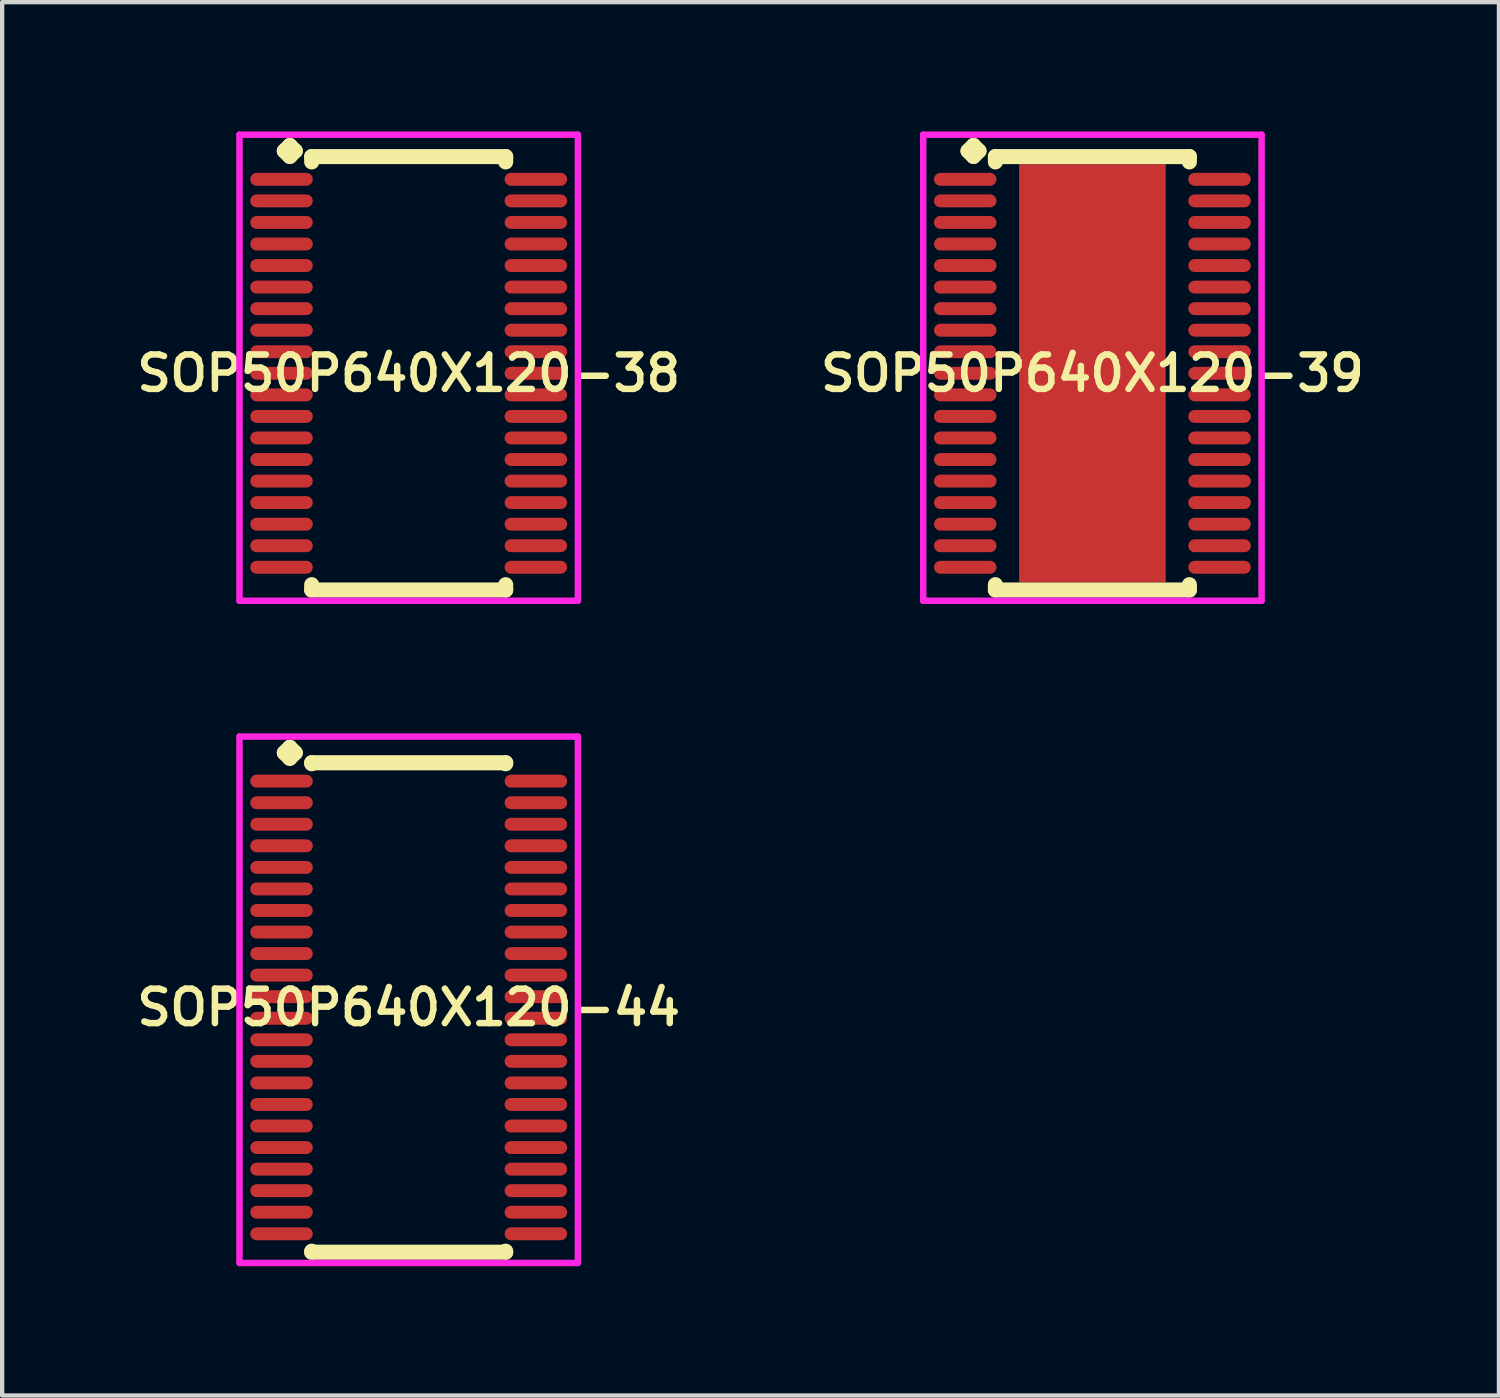
<source format=kicad_pcb>
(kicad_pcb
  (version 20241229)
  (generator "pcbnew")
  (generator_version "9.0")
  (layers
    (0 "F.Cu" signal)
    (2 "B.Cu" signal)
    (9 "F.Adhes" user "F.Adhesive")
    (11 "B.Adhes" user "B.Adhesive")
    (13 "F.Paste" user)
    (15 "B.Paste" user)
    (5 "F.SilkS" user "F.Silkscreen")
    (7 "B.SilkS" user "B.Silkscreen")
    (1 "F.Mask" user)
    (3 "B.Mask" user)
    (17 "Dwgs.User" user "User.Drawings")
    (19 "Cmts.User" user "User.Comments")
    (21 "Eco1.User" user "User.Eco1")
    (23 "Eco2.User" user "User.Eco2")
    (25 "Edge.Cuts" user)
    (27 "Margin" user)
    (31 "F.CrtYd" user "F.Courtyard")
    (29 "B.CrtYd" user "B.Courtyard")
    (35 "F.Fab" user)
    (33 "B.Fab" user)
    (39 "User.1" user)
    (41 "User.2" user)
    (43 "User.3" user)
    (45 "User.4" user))
  (footprint "SOP50P640X120-38"
    (layer "F.Cu")
    (at 6.431 5.61)
    (property "Reference" "SOP50P640X120-38" (at 0 0 0) (layer "F.SilkS") (effects (font (size 0.8 0.8) (thickness 0.15))))
    (attr smd)
    (fp_line (start -2.885 -5.158) (end -2.758 -5.285) (stroke (width 0.35) (type solid)) (layer "F.SilkS"))
    (fp_line (start -2.758 -5.285) (end -2.631 -5.158) (stroke (width 0.35) (type solid)) (layer "F.SilkS"))
    (fp_line (start -2.758 -5.031) (end -2.885 -5.158) (stroke (width 0.35) (type solid)) (layer "F.SilkS"))
    (fp_line (start -2.631 -5.158) (end -2.758 -5.031) (stroke (width 0.35) (type solid)) (layer "F.SilkS"))
    (fp_line (start -2.25 -5.027) (end 2.25 -5.027) (stroke (width 0.35) (type solid)) (layer "F.SilkS"))
    (fp_line (start -2.25 -4.904) (end -2.25 -5.027) (stroke (width 0.35) (type solid)) (layer "F.SilkS"))
    (fp_line (start -2.25 4.904) (end -2.25 5.027) (stroke (width 0.35) (type solid)) (layer "F.SilkS"))
    (fp_line (start -2.25 5.027) (end 2.25 5.027) (stroke (width 0.35) (type solid)) (layer "F.SilkS"))
    (fp_line (start 2.25 -5.027) (end 2.25 -4.904) (stroke (width 0.35) (type solid)) (layer "F.SilkS"))
    (fp_line (start 2.25 5.027) (end 2.25 4.904) (stroke (width 0.35) (type solid)) (layer "F.SilkS"))
    (fp_line (start -3.925 -5.535) (end 3.925 -5.535) (stroke (width 0.15) (type solid)) (layer "F.CrtYd"))
    (fp_line (start -3.925 5.277) (end -3.925 -5.535) (stroke (width 0.15) (type solid)) (layer "F.CrtYd"))
    (fp_line (start 3.925 -5.535) (end 3.925 5.277) (stroke (width 0.15) (type solid)) (layer "F.CrtYd"))
    (fp_line (start 3.925 5.277) (end -3.925 5.277) (stroke (width 0.15) (type solid)) (layer "F.CrtYd"))
    (pad "1" smd oval (at -2.95 -4.5) (size 1.45 0.3) (layers "F.Cu" "F.Mask" "F.Paste"))
    (pad "2" smd oval (at -2.95 -4) (size 1.45 0.3) (layers "F.Cu" "F.Mask" "F.Paste"))
    (pad "3" smd oval (at -2.95 -3.5) (size 1.45 0.3) (layers "F.Cu" "F.Mask" "F.Paste"))
    (pad "4" smd oval (at -2.95 -3) (size 1.45 0.3) (layers "F.Cu" "F.Mask" "F.Paste"))
    (pad "5" smd oval (at -2.95 -2.5) (size 1.45 0.3) (layers "F.Cu" "F.Mask" "F.Paste"))
    (pad "6" smd oval (at -2.95 -2) (size 1.45 0.3) (layers "F.Cu" "F.Mask" "F.Paste"))
    (pad "7" smd oval (at -2.95 -1.5) (size 1.45 0.3) (layers "F.Cu" "F.Mask" "F.Paste"))
    (pad "8" smd oval (at -2.95 -1) (size 1.45 0.3) (layers "F.Cu" "F.Mask" "F.Paste"))
    (pad "9" smd oval (at -2.95 -0.5) (size 1.45 0.3) (layers "F.Cu" "F.Mask" "F.Paste"))
    (pad "10" smd oval (at -2.95 0) (size 1.45 0.3) (layers "F.Cu" "F.Mask" "F.Paste"))
    (pad "11" smd oval (at -2.95 0.5) (size 1.45 0.3) (layers "F.Cu" "F.Mask" "F.Paste"))
    (pad "12" smd oval (at -2.95 1) (size 1.45 0.3) (layers "F.Cu" "F.Mask" "F.Paste"))
    (pad "13" smd oval (at -2.95 1.5) (size 1.45 0.3) (layers "F.Cu" "F.Mask" "F.Paste"))
    (pad "14" smd oval (at -2.95 2) (size 1.45 0.3) (layers "F.Cu" "F.Mask" "F.Paste"))
    (pad "15" smd oval (at -2.95 2.5) (size 1.45 0.3) (layers "F.Cu" "F.Mask" "F.Paste"))
    (pad "16" smd oval (at -2.95 3) (size 1.45 0.3) (layers "F.Cu" "F.Mask" "F.Paste"))
    (pad "17" smd oval (at -2.95 3.5) (size 1.45 0.3) (layers "F.Cu" "F.Mask" "F.Paste"))
    (pad "18" smd oval (at -2.95 4) (size 1.45 0.3) (layers "F.Cu" "F.Mask" "F.Paste"))
    (pad "19" smd oval (at -2.95 4.5) (size 1.45 0.3) (layers "F.Cu" "F.Mask" "F.Paste"))
    (pad "20" smd oval (at 2.95 4.5) (size 1.45 0.3) (layers "F.Cu" "F.Mask" "F.Paste"))
    (pad "21" smd oval (at 2.95 4) (size 1.45 0.3) (layers "F.Cu" "F.Mask" "F.Paste"))
    (pad "22" smd oval (at 2.95 3.5) (size 1.45 0.3) (layers "F.Cu" "F.Mask" "F.Paste"))
    (pad "23" smd oval (at 2.95 3) (size 1.45 0.3) (layers "F.Cu" "F.Mask" "F.Paste"))
    (pad "24" smd oval (at 2.95 2.5) (size 1.45 0.3) (layers "F.Cu" "F.Mask" "F.Paste"))
    (pad "25" smd oval (at 2.95 2) (size 1.45 0.3) (layers "F.Cu" "F.Mask" "F.Paste"))
    (pad "26" smd oval (at 2.95 1.5) (size 1.45 0.3) (layers "F.Cu" "F.Mask" "F.Paste"))
    (pad "27" smd oval (at 2.95 1) (size 1.45 0.3) (layers "F.Cu" "F.Mask" "F.Paste"))
    (pad "28" smd oval (at 2.95 0.5) (size 1.45 0.3) (layers "F.Cu" "F.Mask" "F.Paste"))
    (pad "29" smd oval (at 2.95 0) (size 1.45 0.3) (layers "F.Cu" "F.Mask" "F.Paste"))
    (pad "30" smd oval (at 2.95 -0.5) (size 1.45 0.3) (layers "F.Cu" "F.Mask" "F.Paste"))
    (pad "31" smd oval (at 2.95 -1) (size 1.45 0.3) (layers "F.Cu" "F.Mask" "F.Paste"))
    (pad "32" smd oval (at 2.95 -1.5) (size 1.45 0.3) (layers "F.Cu" "F.Mask" "F.Paste"))
    (pad "33" smd oval (at 2.95 -2) (size 1.45 0.3) (layers "F.Cu" "F.Mask" "F.Paste"))
    (pad "34" smd oval (at 2.95 -2.5) (size 1.45 0.3) (layers "F.Cu" "F.Mask" "F.Paste"))
    (pad "35" smd oval (at 2.95 -3) (size 1.45 0.3) (layers "F.Cu" "F.Mask" "F.Paste"))
    (pad "36" smd oval (at 2.95 -3.5) (size 1.45 0.3) (layers "F.Cu" "F.Mask" "F.Paste"))
    (pad "37" smd oval (at 2.95 -4) (size 1.45 0.3) (layers "F.Cu" "F.Mask" "F.Paste"))
    (pad "38" smd oval (at 2.95 -4.5) (size 1.45 0.3) (layers "F.Cu" "F.Mask" "F.Paste")))
  (footprint "SOP50P640X120-44"
    (layer "F.Cu")
    (at 6.431 20.322)
    (property "Reference" "SOP50P640X120-44" (at 0 0 0) (layer "F.SilkS") (effects (font (size 0.8 0.8) (thickness 0.15))))
    (attr smd)
    (fp_line (start -2.885 -5.908) (end -2.758 -6.035) (stroke (width 0.35) (type solid)) (layer "F.SilkS"))
    (fp_line (start -2.758 -6.035) (end -2.631 -5.908) (stroke (width 0.35) (type solid)) (layer "F.SilkS"))
    (fp_line (start -2.758 -5.781) (end -2.885 -5.908) (stroke (width 0.35) (type solid)) (layer "F.SilkS"))
    (fp_line (start -2.631 -5.908) (end -2.758 -5.781) (stroke (width 0.35) (type solid)) (layer "F.SilkS"))
    (fp_line (start -2.25 -5.677) (end 2.25 -5.677) (stroke (width 0.35) (type solid)) (layer "F.SilkS"))
    (fp_line (start -2.25 -5.654) (end -2.25 -5.677) (stroke (width 0.35) (type solid)) (layer "F.SilkS"))
    (fp_line (start -2.25 5.654) (end -2.25 5.677) (stroke (width 0.35) (type solid)) (layer "F.SilkS"))
    (fp_line (start -2.25 5.677) (end 2.25 5.677) (stroke (width 0.35) (type solid)) (layer "F.SilkS"))
    (fp_line (start 2.25 -5.677) (end 2.25 -5.654) (stroke (width 0.35) (type solid)) (layer "F.SilkS"))
    (fp_line (start 2.25 5.677) (end 2.25 5.654) (stroke (width 0.35) (type solid)) (layer "F.SilkS"))
    (fp_line (start -3.925 -6.285) (end 3.925 -6.285) (stroke (width 0.15) (type solid)) (layer "F.CrtYd"))
    (fp_line (start -3.925 5.927) (end -3.925 -6.285) (stroke (width 0.15) (type solid)) (layer "F.CrtYd"))
    (fp_line (start 3.925 -6.285) (end 3.925 5.927) (stroke (width 0.15) (type solid)) (layer "F.CrtYd"))
    (fp_line (start 3.925 5.927) (end -3.925 5.927) (stroke (width 0.15) (type solid)) (layer "F.CrtYd"))
    (pad "1" smd oval (at -2.95 -5.25) (size 1.45 0.3) (layers "F.Cu" "F.Mask" "F.Paste"))
    (pad "2" smd oval (at -2.95 -4.75) (size 1.45 0.3) (layers "F.Cu" "F.Mask" "F.Paste"))
    (pad "3" smd oval (at -2.95 -4.25) (size 1.45 0.3) (layers "F.Cu" "F.Mask" "F.Paste"))
    (pad "4" smd oval (at -2.95 -3.75) (size 1.45 0.3) (layers "F.Cu" "F.Mask" "F.Paste"))
    (pad "5" smd oval (at -2.95 -3.25) (size 1.45 0.3) (layers "F.Cu" "F.Mask" "F.Paste"))
    (pad "6" smd oval (at -2.95 -2.75) (size 1.45 0.3) (layers "F.Cu" "F.Mask" "F.Paste"))
    (pad "7" smd oval (at -2.95 -2.25) (size 1.45 0.3) (layers "F.Cu" "F.Mask" "F.Paste"))
    (pad "8" smd oval (at -2.95 -1.75) (size 1.45 0.3) (layers "F.Cu" "F.Mask" "F.Paste"))
    (pad "9" smd oval (at -2.95 -1.25) (size 1.45 0.3) (layers "F.Cu" "F.Mask" "F.Paste"))
    (pad "10" smd oval (at -2.95 -0.75) (size 1.45 0.3) (layers "F.Cu" "F.Mask" "F.Paste"))
    (pad "11" smd oval (at -2.95 -0.25) (size 1.45 0.3) (layers "F.Cu" "F.Mask" "F.Paste"))
    (pad "12" smd oval (at -2.95 0.25) (size 1.45 0.3) (layers "F.Cu" "F.Mask" "F.Paste"))
    (pad "13" smd oval (at -2.95 0.75) (size 1.45 0.3) (layers "F.Cu" "F.Mask" "F.Paste"))
    (pad "14" smd oval (at -2.95 1.25) (size 1.45 0.3) (layers "F.Cu" "F.Mask" "F.Paste"))
    (pad "15" smd oval (at -2.95 1.75) (size 1.45 0.3) (layers "F.Cu" "F.Mask" "F.Paste"))
    (pad "16" smd oval (at -2.95 2.25) (size 1.45 0.3) (layers "F.Cu" "F.Mask" "F.Paste"))
    (pad "17" smd oval (at -2.95 2.75) (size 1.45 0.3) (layers "F.Cu" "F.Mask" "F.Paste"))
    (pad "18" smd oval (at -2.95 3.25) (size 1.45 0.3) (layers "F.Cu" "F.Mask" "F.Paste"))
    (pad "19" smd oval (at -2.95 3.75) (size 1.45 0.3) (layers "F.Cu" "F.Mask" "F.Paste"))
    (pad "20" smd oval (at -2.95 4.25) (size 1.45 0.3) (layers "F.Cu" "F.Mask" "F.Paste"))
    (pad "21" smd oval (at -2.95 4.75) (size 1.45 0.3) (layers "F.Cu" "F.Mask" "F.Paste"))
    (pad "22" smd oval (at -2.95 5.25) (size 1.45 0.3) (layers "F.Cu" "F.Mask" "F.Paste"))
    (pad "23" smd oval (at 2.95 5.25) (size 1.45 0.3) (layers "F.Cu" "F.Mask" "F.Paste"))
    (pad "24" smd oval (at 2.95 4.75) (size 1.45 0.3) (layers "F.Cu" "F.Mask" "F.Paste"))
    (pad "25" smd oval (at 2.95 4.25) (size 1.45 0.3) (layers "F.Cu" "F.Mask" "F.Paste"))
    (pad "26" smd oval (at 2.95 3.75) (size 1.45 0.3) (layers "F.Cu" "F.Mask" "F.Paste"))
    (pad "27" smd oval (at 2.95 3.25) (size 1.45 0.3) (layers "F.Cu" "F.Mask" "F.Paste"))
    (pad "28" smd oval (at 2.95 2.75) (size 1.45 0.3) (layers "F.Cu" "F.Mask" "F.Paste"))
    (pad "29" smd oval (at 2.95 2.25) (size 1.45 0.3) (layers "F.Cu" "F.Mask" "F.Paste"))
    (pad "30" smd oval (at 2.95 1.75) (size 1.45 0.3) (layers "F.Cu" "F.Mask" "F.Paste"))
    (pad "31" smd oval (at 2.95 1.25) (size 1.45 0.3) (layers "F.Cu" "F.Mask" "F.Paste"))
    (pad "32" smd oval (at 2.95 0.75) (size 1.45 0.3) (layers "F.Cu" "F.Mask" "F.Paste"))
    (pad "33" smd oval (at 2.95 0.25) (size 1.45 0.3) (layers "F.Cu" "F.Mask" "F.Paste"))
    (pad "34" smd oval (at 2.95 -0.25) (size 1.45 0.3) (layers "F.Cu" "F.Mask" "F.Paste"))
    (pad "35" smd oval (at 2.95 -0.75) (size 1.45 0.3) (layers "F.Cu" "F.Mask" "F.Paste"))
    (pad "36" smd oval (at 2.95 -1.25) (size 1.45 0.3) (layers "F.Cu" "F.Mask" "F.Paste"))
    (pad "37" smd oval (at 2.95 -1.75) (size 1.45 0.3) (layers "F.Cu" "F.Mask" "F.Paste"))
    (pad "38" smd oval (at 2.95 -2.25) (size 1.45 0.3) (layers "F.Cu" "F.Mask" "F.Paste"))
    (pad "39" smd oval (at 2.95 -2.75) (size 1.45 0.3) (layers "F.Cu" "F.Mask" "F.Paste"))
    (pad "40" smd oval (at 2.95 -3.25) (size 1.45 0.3) (layers "F.Cu" "F.Mask" "F.Paste"))
    (pad "41" smd oval (at 2.95 -3.75) (size 1.45 0.3) (layers "F.Cu" "F.Mask" "F.Paste"))
    (pad "42" smd oval (at 2.95 -4.25) (size 1.45 0.3) (layers "F.Cu" "F.Mask" "F.Paste"))
    (pad "43" smd oval (at 2.95 -4.75) (size 1.45 0.3) (layers "F.Cu" "F.Mask" "F.Paste"))
    (pad "44" smd oval (at 2.95 -5.25) (size 1.45 0.3) (layers "F.Cu" "F.Mask" "F.Paste")))
  (footprint "SOP50P640X120-39"
    (layer "F.Cu")
    (at 22.292 5.61)
    (property "Reference" "SOP50P640X120-39" (at 0 0 0) (layer "F.SilkS") (effects (font (size 0.8 0.8) (thickness 0.15))))
    (attr smd)
    (fp_line (start -2.885 -5.158) (end -2.758 -5.285) (stroke (width 0.35) (type solid)) (layer "F.SilkS"))
    (fp_line (start -2.758 -5.285) (end -2.631 -5.158) (stroke (width 0.35) (type solid)) (layer "F.SilkS"))
    (fp_line (start -2.758 -5.031) (end -2.885 -5.158) (stroke (width 0.35) (type solid)) (layer "F.SilkS"))
    (fp_line (start -2.631 -5.158) (end -2.758 -5.031) (stroke (width 0.35) (type solid)) (layer "F.SilkS"))
    (fp_line (start -2.25 -5.027) (end 2.25 -5.027) (stroke (width 0.35) (type solid)) (layer "F.SilkS"))
    (fp_line (start -2.25 -4.904) (end -2.25 -5.027) (stroke (width 0.35) (type solid)) (layer "F.SilkS"))
    (fp_line (start -2.25 4.904) (end -2.25 5.027) (stroke (width 0.35) (type solid)) (layer "F.SilkS"))
    (fp_line (start -2.25 5.027) (end 2.25 5.027) (stroke (width 0.35) (type solid)) (layer "F.SilkS"))
    (fp_line (start 2.25 -5.027) (end 2.25 -4.904) (stroke (width 0.35) (type solid)) (layer "F.SilkS"))
    (fp_line (start 2.25 5.027) (end 2.25 4.904) (stroke (width 0.35) (type solid)) (layer "F.SilkS"))
    (fp_line (start -3.925 -5.535) (end 3.925 -5.535) (stroke (width 0.15) (type solid)) (layer "F.CrtYd"))
    (fp_line (start -3.925 5.277) (end -3.925 -5.535) (stroke (width 0.15) (type solid)) (layer "F.CrtYd"))
    (fp_line (start 3.925 -5.535) (end 3.925 5.277) (stroke (width 0.15) (type solid)) (layer "F.CrtYd"))
    (fp_line (start 3.925 5.277) (end -3.925 5.277) (stroke (width 0.15) (type solid)) (layer "F.CrtYd"))
    (pad "1" smd oval (at -2.95 -4.5) (size 1.45 0.3) (layers "F.Cu" "F.Mask" "F.Paste"))
    (pad "2" smd oval (at -2.95 -4) (size 1.45 0.3) (layers "F.Cu" "F.Mask" "F.Paste"))
    (pad "3" smd oval (at -2.95 -3.5) (size 1.45 0.3) (layers "F.Cu" "F.Mask" "F.Paste"))
    (pad "4" smd oval (at -2.95 -3) (size 1.45 0.3) (layers "F.Cu" "F.Mask" "F.Paste"))
    (pad "5" smd oval (at -2.95 -2.5) (size 1.45 0.3) (layers "F.Cu" "F.Mask" "F.Paste"))
    (pad "6" smd oval (at -2.95 -2) (size 1.45 0.3) (layers "F.Cu" "F.Mask" "F.Paste"))
    (pad "7" smd oval (at -2.95 -1.5) (size 1.45 0.3) (layers "F.Cu" "F.Mask" "F.Paste"))
    (pad "8" smd oval (at -2.95 -1) (size 1.45 0.3) (layers "F.Cu" "F.Mask" "F.Paste"))
    (pad "9" smd oval (at -2.95 -0.5) (size 1.45 0.3) (layers "F.Cu" "F.Mask" "F.Paste"))
    (pad "10" smd oval (at -2.95 0) (size 1.45 0.3) (layers "F.Cu" "F.Mask" "F.Paste"))
    (pad "11" smd oval (at -2.95 0.5) (size 1.45 0.3) (layers "F.Cu" "F.Mask" "F.Paste"))
    (pad "12" smd oval (at -2.95 1) (size 1.45 0.3) (layers "F.Cu" "F.Mask" "F.Paste"))
    (pad "13" smd oval (at -2.95 1.5) (size 1.45 0.3) (layers "F.Cu" "F.Mask" "F.Paste"))
    (pad "14" smd oval (at -2.95 2) (size 1.45 0.3) (layers "F.Cu" "F.Mask" "F.Paste"))
    (pad "15" smd oval (at -2.95 2.5) (size 1.45 0.3) (layers "F.Cu" "F.Mask" "F.Paste"))
    (pad "16" smd oval (at -2.95 3) (size 1.45 0.3) (layers "F.Cu" "F.Mask" "F.Paste"))
    (pad "17" smd oval (at -2.95 3.5) (size 1.45 0.3) (layers "F.Cu" "F.Mask" "F.Paste"))
    (pad "18" smd oval (at -2.95 4) (size 1.45 0.3) (layers "F.Cu" "F.Mask" "F.Paste"))
    (pad "19" smd oval (at -2.95 4.5) (size 1.45 0.3) (layers "F.Cu" "F.Mask" "F.Paste"))
    (pad "20" smd oval (at 2.95 4.5) (size 1.45 0.3) (layers "F.Cu" "F.Mask" "F.Paste"))
    (pad "21" smd oval (at 2.95 4) (size 1.45 0.3) (layers "F.Cu" "F.Mask" "F.Paste"))
    (pad "22" smd oval (at 2.95 3.5) (size 1.45 0.3) (layers "F.Cu" "F.Mask" "F.Paste"))
    (pad "23" smd oval (at 2.95 3) (size 1.45 0.3) (layers "F.Cu" "F.Mask" "F.Paste"))
    (pad "24" smd oval (at 2.95 2.5) (size 1.45 0.3) (layers "F.Cu" "F.Mask" "F.Paste"))
    (pad "25" smd oval (at 2.95 2) (size 1.45 0.3) (layers "F.Cu" "F.Mask" "F.Paste"))
    (pad "26" smd oval (at 2.95 1.5) (size 1.45 0.3) (layers "F.Cu" "F.Mask" "F.Paste"))
    (pad "27" smd oval (at 2.95 1) (size 1.45 0.3) (layers "F.Cu" "F.Mask" "F.Paste"))
    (pad "28" smd oval (at 2.95 0.5) (size 1.45 0.3) (layers "F.Cu" "F.Mask" "F.Paste"))
    (pad "29" smd oval (at 2.95 0) (size 1.45 0.3) (layers "F.Cu" "F.Mask" "F.Paste"))
    (pad "30" smd oval (at 2.95 -0.5) (size 1.45 0.3) (layers "F.Cu" "F.Mask" "F.Paste"))
    (pad "31" smd oval (at 2.95 -1) (size 1.45 0.3) (layers "F.Cu" "F.Mask" "F.Paste"))
    (pad "32" smd oval (at 2.95 -1.5) (size 1.45 0.3) (layers "F.Cu" "F.Mask" "F.Paste"))
    (pad "33" smd oval (at 2.95 -2) (size 1.45 0.3) (layers "F.Cu" "F.Mask" "F.Paste"))
    (pad "34" smd oval (at 2.95 -2.5) (size 1.45 0.3) (layers "F.Cu" "F.Mask" "F.Paste"))
    (pad "35" smd oval (at 2.95 -3) (size 1.45 0.3) (layers "F.Cu" "F.Mask" "F.Paste"))
    (pad "36" smd oval (at 2.95 -3.5) (size 1.45 0.3) (layers "F.Cu" "F.Mask" "F.Paste"))
    (pad "37" smd oval (at 2.95 -4) (size 1.45 0.3) (layers "F.Cu" "F.Mask" "F.Paste"))
    (pad "38" smd oval (at 2.95 -4.5) (size 1.45 0.3) (layers "F.Cu" "F.Mask" "F.Paste"))
    (pad "39" smd rect (at 0 0) (size 3.4 9.7) (layers "F.Cu" "F.Mask" "F.Paste")))
  (gr_rect
    (start -3 -3)
    (end 31.723 29.324)
    (stroke (width 0.1) (type default))
    (fill no)
    (layer "Edge.Cuts")))
</source>
